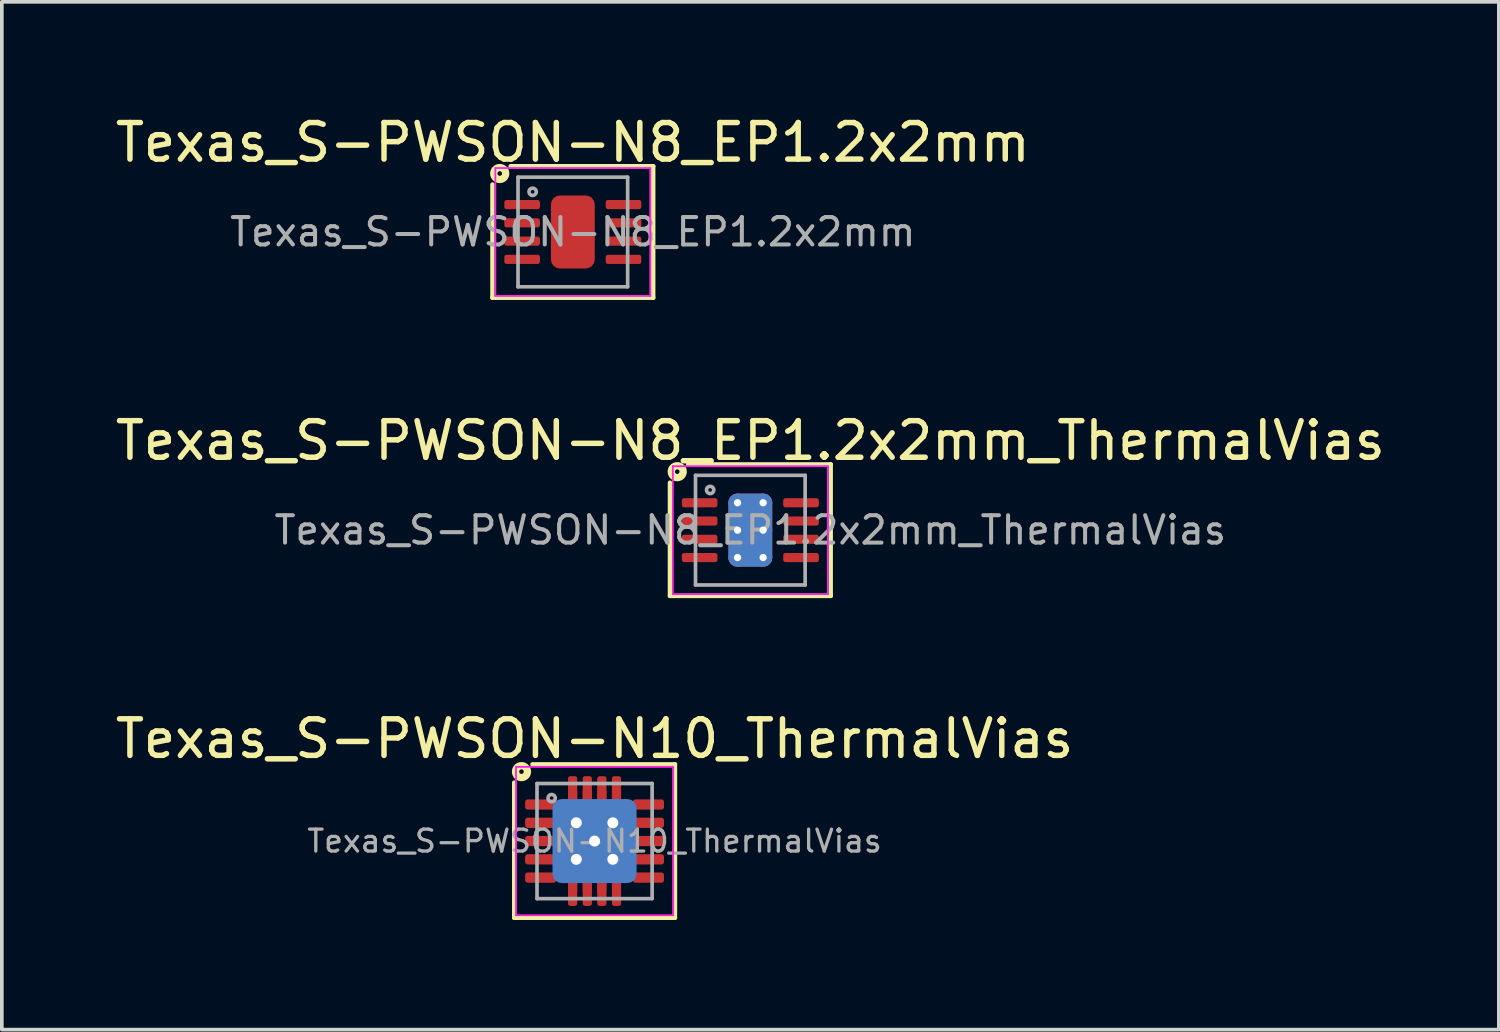
<source format=kicad_pcb>
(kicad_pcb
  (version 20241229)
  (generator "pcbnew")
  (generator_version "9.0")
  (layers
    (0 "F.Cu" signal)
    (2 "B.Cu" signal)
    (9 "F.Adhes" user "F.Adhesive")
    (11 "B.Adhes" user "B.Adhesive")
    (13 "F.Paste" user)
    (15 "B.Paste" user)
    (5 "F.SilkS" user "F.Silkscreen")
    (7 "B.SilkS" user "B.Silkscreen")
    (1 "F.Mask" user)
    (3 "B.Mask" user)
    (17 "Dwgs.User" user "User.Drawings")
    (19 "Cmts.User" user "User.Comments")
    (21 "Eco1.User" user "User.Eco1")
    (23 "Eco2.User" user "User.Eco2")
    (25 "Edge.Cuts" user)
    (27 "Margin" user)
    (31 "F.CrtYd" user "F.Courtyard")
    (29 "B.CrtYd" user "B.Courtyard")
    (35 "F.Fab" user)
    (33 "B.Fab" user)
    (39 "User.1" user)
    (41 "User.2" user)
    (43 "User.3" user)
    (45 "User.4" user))
  (footprint "Texas_S-PWSON-N8_EP1.2x2mm_ThermalVias"
    (layer "F.Cu")
    (at 17.482 11.457)
    (property "Reference" "Texas_S-PWSON-N8_EP1.2x2mm_ThermalVias" (at 0 -2.45 0) (layer "F.SilkS") (effects (font (size 1 1) (thickness 0.15))))
    (attr smd)
    (fp_line (start -2.2 1.8) (end -2.2 -1.3) (stroke (width 0.12) (type solid)) (layer "F.SilkS"))
    (fp_line (start -1.7 -1.8) (end 2.2 -1.8) (stroke (width 0.12) (type solid)) (layer "F.SilkS"))
    (fp_line (start 2.2 -1.8) (end 2.2 1.8) (stroke (width 0.12) (type solid)) (layer "F.SilkS"))
    (fp_line (start 2.2 1.8) (end -2.2 1.8) (stroke (width 0.12) (type solid)) (layer "F.SilkS"))
    (fp_circle (center -2 -1.6) (end -1.937 -1.6) (stroke (width 0.2) (type solid)) (fill no) (layer "F.SilkS"))
    (fp_line (start -2.12 -1.75) (end -2.12 1.75) (stroke (width 0.05) (type solid)) (layer "F.CrtYd"))
    (fp_line (start -2.12 1.75) (end 2.12 1.75) (stroke (width 0.05) (type solid)) (layer "F.CrtYd"))
    (fp_line (start 2.12 -1.75) (end -2.12 -1.75) (stroke (width 0.05) (type solid)) (layer "F.CrtYd"))
    (fp_line (start 2.12 1.75) (end 2.12 -1.75) (stroke (width 0.05) (type solid)) (layer "F.CrtYd"))
    (fp_line (start -1.5 -1.5) (end 1.5 -1.5) (stroke (width 0.1) (type solid)) (layer "F.Fab"))
    (fp_line (start -1.5 1.5) (end -1.5 -1.5) (stroke (width 0.1) (type solid)) (layer "F.Fab"))
    (fp_line (start 1.5 -1.5) (end 1.5 1.5) (stroke (width 0.1) (type solid)) (layer "F.Fab"))
    (fp_line (start 1.5 1.5) (end -1.5 1.5) (stroke (width 0.1) (type solid)) (layer "F.Fab"))
    (fp_circle (center -1.1 -1.1) (end -1 -1.1) (stroke (width 0.1) (type solid)) (fill no) (layer "F.Fab"))
    (fp_text user "${REFERENCE}" (at 0 0 0) (layer "F.Fab") (effects (font (size 0.75 0.75) (thickness 0.11))))
    (pad "" smd roundrect (at 0 -0.5) (size 1.04 0.87) (layers "F.Paste") (roundrect_rratio 0.25))
    (pad "" smd roundrect (at 0 0.5) (size 1.04 0.87) (layers "F.Paste") (roundrect_rratio 0.25))
    (pad "1" smd roundrect (at -1.387 -0.75) (size 0.975 0.25) (layers "F.Cu" "F.Mask" "F.Paste") (roundrect_rratio 0.25))
    (pad "2" smd roundrect (at -1.387 -0.25) (size 0.975 0.25) (layers "F.Cu" "F.Mask" "F.Paste") (roundrect_rratio 0.25))
    (pad "3" smd roundrect (at -1.387 0.25) (size 0.975 0.25) (layers "F.Cu" "F.Mask" "F.Paste") (roundrect_rratio 0.25))
    (pad "4" smd roundrect (at -1.387 0.75) (size 0.975 0.25) (layers "F.Cu" "F.Mask" "F.Paste") (roundrect_rratio 0.25))
    (pad "5" smd roundrect (at 1.387 0.75) (size 0.975 0.25) (layers "F.Cu" "F.Mask" "F.Paste") (roundrect_rratio 0.25))
    (pad "6" smd roundrect (at 1.387 0.25) (size 0.975 0.25) (layers "F.Cu" "F.Mask" "F.Paste") (roundrect_rratio 0.25))
    (pad "7" smd roundrect (at 1.387 -0.25) (size 0.975 0.25) (layers "F.Cu" "F.Mask" "F.Paste") (roundrect_rratio 0.25))
    (pad "8" smd roundrect (at 1.387 -0.75) (size 0.975 0.25) (layers "F.Cu" "F.Mask" "F.Paste") (roundrect_rratio 0.25))
    (pad "9" thru_hole circle (at -0.35 -0.75) (size 0.5 0.5) (drill 0.2) (property pad_prop_heatsink) (layers "*.Cu"))
    (pad "9" thru_hole circle (at -0.35 0) (size 0.5 0.5) (drill 0.2) (property pad_prop_heatsink) (layers "*.Cu"))
    (pad "9" thru_hole circle (at -0.35 0.75) (size 0.5 0.5) (drill 0.2) (property pad_prop_heatsink) (layers "*.Cu"))
    (pad "9" smd roundrect (at 0 0) (size 1.2 2) (layers "F.Cu" "F.Mask") (roundrect_rratio 0.208))
    (pad "9" smd roundrect (at 0 0) (size 1.2 2) (layers "B.Cu" "B.Mask") (roundrect_rratio 0.208))
    (pad "9" thru_hole circle (at 0.35 -0.75) (size 0.5 0.5) (drill 0.2) (property pad_prop_heatsink) (layers "*.Cu"))
    (pad "9" thru_hole circle (at 0.35 0) (size 0.5 0.5) (drill 0.2) (property pad_prop_heatsink) (layers "*.Cu"))
    (pad "9" thru_hole circle (at 0.35 0.75) (size 0.5 0.5) (drill 0.2) (property pad_prop_heatsink) (layers "*.Cu")))
  (footprint "Texas_S-PWSON-N8_EP1.2x2mm"
    (layer "F.Cu")
    (at 12.625 3.298)
    (property "Reference" "Texas_S-PWSON-N8_EP1.2x2mm" (at 0 -2.45 0) (layer "F.SilkS") (effects (font (size 1 1) (thickness 0.15))))
    (attr smd)
    (fp_line (start -2.2 1.8) (end -2.2 -1.3) (stroke (width 0.12) (type solid)) (layer "F.SilkS"))
    (fp_line (start -1.7 -1.8) (end 2.2 -1.8) (stroke (width 0.12) (type solid)) (layer "F.SilkS"))
    (fp_line (start 2.2 -1.8) (end 2.2 1.8) (stroke (width 0.12) (type solid)) (layer "F.SilkS"))
    (fp_line (start 2.2 1.8) (end -2.2 1.8) (stroke (width 0.12) (type solid)) (layer "F.SilkS"))
    (fp_circle (center -2 -1.6) (end -1.937 -1.6) (stroke (width 0.2) (type solid)) (fill no) (layer "F.SilkS"))
    (fp_line (start -2.12 -1.75) (end -2.12 1.75) (stroke (width 0.05) (type solid)) (layer "F.CrtYd"))
    (fp_line (start -2.12 1.75) (end 2.12 1.75) (stroke (width 0.05) (type solid)) (layer "F.CrtYd"))
    (fp_line (start 2.12 -1.75) (end -2.12 -1.75) (stroke (width 0.05) (type solid)) (layer "F.CrtYd"))
    (fp_line (start 2.12 1.75) (end 2.12 -1.75) (stroke (width 0.05) (type solid)) (layer "F.CrtYd"))
    (fp_line (start -1.5 -1.5) (end 1.5 -1.5) (stroke (width 0.1) (type solid)) (layer "F.Fab"))
    (fp_line (start -1.5 1.5) (end -1.5 -1.5) (stroke (width 0.1) (type solid)) (layer "F.Fab"))
    (fp_line (start 1.5 -1.5) (end 1.5 1.5) (stroke (width 0.1) (type solid)) (layer "F.Fab"))
    (fp_line (start 1.5 1.5) (end -1.5 1.5) (stroke (width 0.1) (type solid)) (layer "F.Fab"))
    (fp_circle (center -1.1 -1.1) (end -1 -1.1) (stroke (width 0.1) (type solid)) (fill no) (layer "F.Fab"))
    (fp_text user "${REFERENCE}" (at 0 0 0) (layer "F.Fab") (effects (font (size 0.75 0.75) (thickness 0.11))))
    (pad "" smd roundrect (at 0 -0.5) (size 0.97 0.81) (layers "F.Paste") (roundrect_rratio 0.25))
    (pad "" smd roundrect (at 0 0.5) (size 0.97 0.81) (layers "F.Paste") (roundrect_rratio 0.25))
    (pad "1" smd roundrect (at -1.387 -0.75) (size 0.975 0.25) (layers "F.Cu" "F.Mask" "F.Paste") (roundrect_rratio 0.25))
    (pad "2" smd roundrect (at -1.387 -0.25) (size 0.975 0.25) (layers "F.Cu" "F.Mask" "F.Paste") (roundrect_rratio 0.25))
    (pad "3" smd roundrect (at -1.387 0.25) (size 0.975 0.25) (layers "F.Cu" "F.Mask" "F.Paste") (roundrect_rratio 0.25))
    (pad "4" smd roundrect (at -1.387 0.75) (size 0.975 0.25) (layers "F.Cu" "F.Mask" "F.Paste") (roundrect_rratio 0.25))
    (pad "5" smd roundrect (at 1.387 0.75) (size 0.975 0.25) (layers "F.Cu" "F.Mask" "F.Paste") (roundrect_rratio 0.25))
    (pad "6" smd roundrect (at 1.387 0.25) (size 0.975 0.25) (layers "F.Cu" "F.Mask" "F.Paste") (roundrect_rratio 0.25))
    (pad "7" smd roundrect (at 1.387 -0.25) (size 0.975 0.25) (layers "F.Cu" "F.Mask" "F.Paste") (roundrect_rratio 0.25))
    (pad "8" smd roundrect (at 1.387 -0.75) (size 0.975 0.25) (layers "F.Cu" "F.Mask" "F.Paste") (roundrect_rratio 0.25))
    (pad "9" smd roundrect (at 0 0) (size 1.2 2) (layers "F.Cu" "F.Mask") (roundrect_rratio 0.208)))
  (footprint "Texas_S-PWSON-N10_ThermalVias"
    (layer "F.Cu")
    (at 13.22 19.965)
    (property "Reference" "Texas_S-PWSON-N10_ThermalVias" (at 0 -2.8 0) (layer "F.SilkS") (effects (font (size 1 1) (thickness 0.15))))
    (attr smd)
    (fp_line (start -2.2 2.1) (end -2.2 -1.6) (stroke (width 0.12) (type solid)) (layer "F.SilkS"))
    (fp_line (start -1.7 -2.1) (end 2.2 -2.1) (stroke (width 0.12) (type solid)) (layer "F.SilkS"))
    (fp_line (start 2.2 -2.1) (end 2.2 2.1) (stroke (width 0.12) (type solid)) (layer "F.SilkS"))
    (fp_line (start 2.2 2.1) (end -2.2 2.1) (stroke (width 0.12) (type solid)) (layer "F.SilkS"))
    (fp_circle (center -2 -1.9) (end -1.937 -1.9) (stroke (width 0.2) (type solid)) (fill no) (layer "F.SilkS"))
    (fp_line (start -2.15 -2.03) (end -2.15 2.03) (stroke (width 0.05) (type solid)) (layer "F.CrtYd"))
    (fp_line (start -2.15 -2.03) (end 2.15 -2.03) (stroke (width 0.05) (type solid)) (layer "F.CrtYd"))
    (fp_line (start -2.15 2.03) (end 2.15 2.03) (stroke (width 0.05) (type solid)) (layer "F.CrtYd"))
    (fp_line (start 2.15 -2.03) (end 2.15 2.03) (stroke (width 0.05) (type solid)) (layer "F.CrtYd"))
    (fp_line (start -1.575 -1.575) (end 1.575 -1.575) (stroke (width 0.1) (type solid)) (layer "F.Fab"))
    (fp_line (start -1.575 1.575) (end -1.575 -1.575) (stroke (width 0.1) (type solid)) (layer "F.Fab"))
    (fp_line (start 1.575 -1.575) (end 1.575 1.575) (stroke (width 0.1) (type solid)) (layer "F.Fab"))
    (fp_line (start 1.575 1.575) (end -1.575 1.575) (stroke (width 0.1) (type solid)) (layer "F.Fab"))
    (fp_circle (center -1.175 -1.175) (end -1.075 -1.175) (stroke (width 0.1) (type solid)) (fill no) (layer "F.Fab"))
    (fp_text user "${REFERENCE}" (at 0 0 0) (layer "F.Fab") (effects (font (size 0.6 0.6) (thickness 0.09))))
    (pad "1" smd roundrect (at -1.475 -1) (size 0.85 0.28) (layers "F.Cu" "F.Mask" "F.Paste") (roundrect_rratio 0.25))
    (pad "2" smd roundrect (at -1.475 -0.5) (size 0.85 0.28) (layers "F.Cu" "F.Mask" "F.Paste") (roundrect_rratio 0.25))
    (pad "3" smd roundrect (at -1.475 0) (size 0.85 0.28) (layers "F.Cu" "F.Mask" "F.Paste") (roundrect_rratio 0.25))
    (pad "4" smd roundrect (at -1.475 0.5) (size 0.85 0.28) (layers "F.Cu" "F.Mask" "F.Paste") (roundrect_rratio 0.25))
    (pad "5" smd roundrect (at -1.475 1) (size 0.85 0.28) (layers "F.Cu" "F.Mask" "F.Paste") (roundrect_rratio 0.25))
    (pad "6" smd roundrect (at 1.475 1) (size 0.85 0.28) (layers "F.Cu" "F.Mask" "F.Paste") (roundrect_rratio 0.25))
    (pad "7" smd roundrect (at 1.475 0.5) (size 0.85 0.28) (layers "F.Cu" "F.Mask" "F.Paste") (roundrect_rratio 0.25))
    (pad "8" smd roundrect (at 1.475 0) (size 0.85 0.28) (layers "F.Cu" "F.Mask" "F.Paste") (roundrect_rratio 0.25))
    (pad "9" smd roundrect (at 1.475 -0.5) (size 0.85 0.28) (layers "F.Cu" "F.Mask" "F.Paste") (roundrect_rratio 0.25))
    (pad "10" smd roundrect (at 1.475 -1) (size 0.85 0.28) (layers "F.Cu" "F.Mask" "F.Paste") (roundrect_rratio 0.25))
    (pad "11" smd rect (at -0.6 -1.425) (size 0.23 0.6) (layers "F.Cu" "F.Mask" "F.Paste"))
    (pad "11" smd roundrect (at -0.6 -1.425 90) (size 0.7 0.25) (layers "F.Cu" "F.Mask" "F.Paste") (roundrect_rratio 0.25))
    (pad "11" smd roundrect (at -0.6 -1.075 90) (size 0.7 0.25) (layers "F.Cu" "F.Mask") (roundrect_rratio 0.25))
    (pad "11" smd roundrect (at -0.6 1.075 90) (size 0.7 0.25) (layers "F.Cu" "F.Mask") (roundrect_rratio 0.25))
    (pad "11" smd rect (at -0.6 1.425) (size 0.23 0.6) (layers "F.Cu" "F.Mask" "F.Paste"))
    (pad "11" smd roundrect (at -0.6 1.425 90) (size 0.7 0.25) (layers "F.Cu" "F.Mask" "F.Paste") (roundrect_rratio 0.25))
    (pad "11" thru_hole circle (at -0.5 -0.5) (size 0.6 0.6) (drill 0.3) (property pad_prop_heatsink) (layers "*.Cu" "*.Mask"))
    (pad "11" thru_hole circle (at -0.5 0.5) (size 0.6 0.6) (drill 0.3) (property pad_prop_heatsink) (layers "*.Cu" "*.Mask"))
    (pad "11" smd roundrect (at -0.435 -0.5) (size 0.65 0.8) (layers "F.Cu" "F.Mask" "F.Paste") (roundrect_rratio 0.25))
    (pad "11" smd roundrect (at -0.435 0.5) (size 0.65 0.8) (layers "F.Cu" "F.Mask" "F.Paste") (roundrect_rratio 0.25))
    (pad "11" smd rect (at -0.2 -1.425) (size 0.23 0.6) (layers "F.Cu" "F.Mask" "F.Paste"))
    (pad "11" smd roundrect (at -0.2 -1.425 90) (size 0.7 0.25) (layers "F.Cu" "F.Mask" "F.Paste") (roundrect_rratio 0.25))
    (pad "11" smd roundrect (at -0.2 -1.075 90) (size 0.7 0.25) (layers "F.Cu" "F.Mask") (roundrect_rratio 0.25))
    (pad "11" smd roundrect (at -0.2 1.075 90) (size 0.7 0.25) (layers "F.Cu" "F.Mask") (roundrect_rratio 0.25))
    (pad "11" smd rect (at -0.2 1.425) (size 0.23 0.6) (layers "F.Cu" "F.Mask" "F.Paste"))
    (pad "11" smd roundrect (at -0.2 1.425 90) (size 0.7 0.25) (layers "F.Cu" "F.Mask" "F.Paste") (roundrect_rratio 0.25))
    (pad "11" smd roundrect (at -0.001 0) (size 2.3 2.3) (layers "B.Cu" "B.Mask") (roundrect_rratio 0.109))
    (pad "11" thru_hole circle (at 0 0) (size 0.6 0.6) (drill 0.3) (property pad_prop_heatsink) (layers "*.Cu" "*.Mask"))
    (pad "11" smd roundrect (at 0 0 90) (size 2.15 1.7) (layers "F.Cu" "F.Mask") (roundrect_rratio 0.147))
    (pad "11" smd rect (at 0.2 -1.425) (size 0.23 0.6) (layers "F.Cu" "F.Mask" "F.Paste"))
    (pad "11" smd roundrect (at 0.2 -1.425 90) (size 0.7 0.25) (layers "F.Cu" "F.Mask" "F.Paste") (roundrect_rratio 0.25))
    (pad "11" smd roundrect (at 0.2 -1.075 90) (size 0.7 0.25) (layers "F.Cu" "F.Mask") (roundrect_rratio 0.25))
    (pad "11" smd roundrect (at 0.2 1.075 90) (size 0.7 0.25) (layers "F.Cu" "F.Mask") (roundrect_rratio 0.25))
    (pad "11" smd rect (at 0.2 1.425) (size 0.23 0.6) (layers "F.Cu" "F.Mask" "F.Paste"))
    (pad "11" smd roundrect (at 0.2 1.425 90) (size 0.7 0.25) (layers "F.Cu" "F.Mask" "F.Paste") (roundrect_rratio 0.25))
    (pad "11" smd roundrect (at 0.435 -0.5) (size 0.65 0.8) (layers "F.Cu" "F.Mask" "F.Paste") (roundrect_rratio 0.25))
    (pad "11" smd roundrect (at 0.435 0.5) (size 0.65 0.8) (layers "F.Cu" "F.Mask" "F.Paste") (roundrect_rratio 0.25))
    (pad "11" thru_hole circle (at 0.5 -0.5) (size 0.6 0.6) (drill 0.3) (property pad_prop_heatsink) (layers "*.Cu" "*.Mask"))
    (pad "11" thru_hole circle (at 0.5 0.5) (size 0.6 0.6) (drill 0.3) (property pad_prop_heatsink) (layers "*.Cu" "*.Mask"))
    (pad "11" smd rect (at 0.6 -1.425) (size 0.23 0.6) (layers "F.Cu" "F.Mask" "F.Paste"))
    (pad "11" smd roundrect (at 0.6 -1.425 90) (size 0.7 0.25) (layers "F.Cu" "F.Mask" "F.Paste") (roundrect_rratio 0.25))
    (pad "11" smd roundrect (at 0.6 -1.075 90) (size 0.7 0.25) (layers "F.Cu" "F.Mask") (roundrect_rratio 0.25))
    (pad "11" smd roundrect (at 0.6 1.075 90) (size 0.7 0.25) (layers "F.Cu" "F.Mask") (roundrect_rratio 0.25))
    (pad "11" smd rect (at 0.6 1.425) (size 0.23 0.6) (layers "F.Cu" "F.Mask" "F.Paste"))
    (pad "11" smd roundrect (at 0.6 1.425 90) (size 0.7 0.25) (layers "F.Cu" "F.Mask" "F.Paste") (roundrect_rratio 0.25)))
  (gr_rect
    (start -3 -3)
    (end 37.964 25.125)
    (stroke (width 0.1) (type default))
    (fill no)
    (layer "Edge.Cuts")))
</source>
